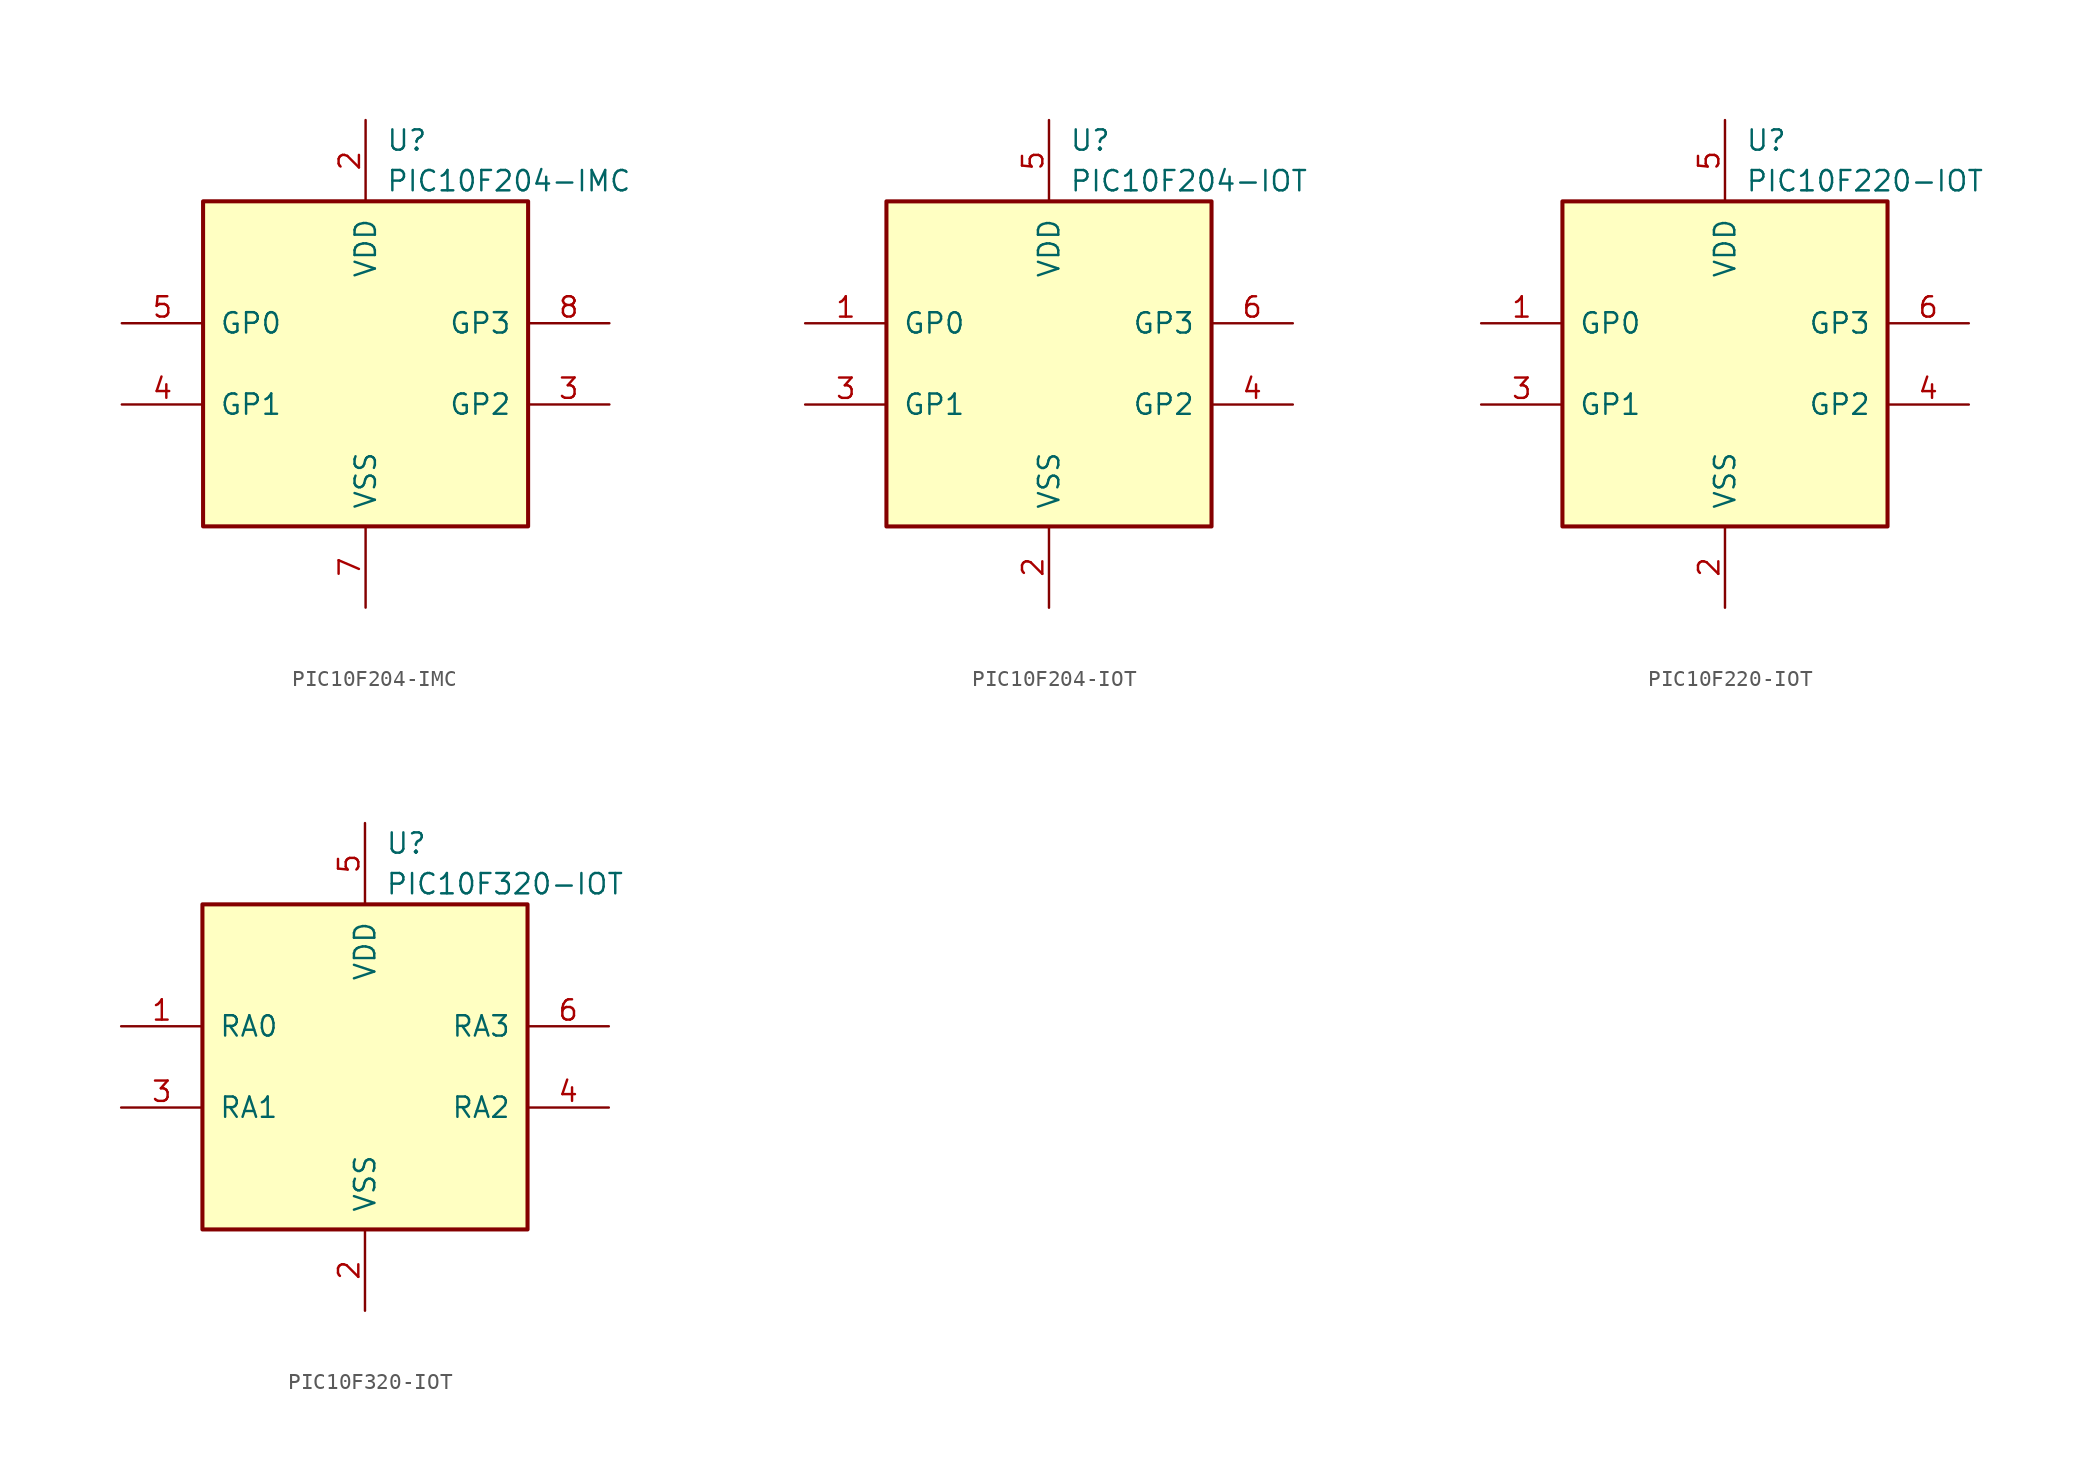
<source format=kicad_sym>
(kicad_symbol_lib
  (version 20220914)
  (generator kicad_symbol_editor)
  (symbol "PIC10F204-IMC"
    (pin_names
      (offset 1.016))
    (property "Reference" "U"
      (at 1.27 13.97 0)
      (effects (font (size 1.27 1.27)) (justify left)))
    (property "Value" "PIC10F204-IMC"
      (at 1.27 11.43 0)
      (effects (font (size 1.27 1.27)) (justify left)))
    (symbol "PIC10F204-IMC_0_1"
      (rectangle (start -10.16 10.16) (end 10.16 -10.16) (stroke (width 0.254) (type default)) (fill (type background))))
    (symbol "PIC10F204-IMC_1_1"
      (pin power_in line (at 0 15.24 270) (length 5.08) (name "VDD" (effects (font (size 1.27 1.27)))) (number "2" (effects (font (size 1.27 1.27)))))
      (pin bidirectional line (at 15.24 -2.54 180) (length 5.08) (name "GP2" (effects (font (size 1.27 1.27)))) (number "3" (effects (font (size 1.27 1.27)))))
      (pin bidirectional line (at -15.24 -2.54 0) (length 5.08) (name "GP1" (effects (font (size 1.27 1.27)))) (number "4" (effects (font (size 1.27 1.27)))))
      (pin bidirectional line (at -15.24 2.54 0) (length 5.08) (name "GP0" (effects (font (size 1.27 1.27)))) (number "5" (effects (font (size 1.27 1.27)))))
      (pin power_in line (at 0 -15.24 90) (length 5.08) (name "VSS" (effects (font (size 1.27 1.27)))) (number "7" (effects (font (size 1.27 1.27)))))
      (pin input line (at 15.24 2.54 180) (length 5.08) (name "GP3" (effects (font (size 1.27 1.27)))) (number "8" (effects (font (size 1.27 1.27)))))))
  (symbol "PIC10F204-IOT"
    (pin_names
      (offset 1.016))
    (property "Reference" "U"
      (at 1.27 13.97 0)
      (effects (font (size 1.27 1.27)) (justify left)))
    (property "Value" "PIC10F204-IOT"
      (at 1.27 11.43 0)
      (effects (font (size 1.27 1.27)) (justify left)))
    (symbol "PIC10F204-IOT_0_1"
      (rectangle (start -10.16 10.16) (end 10.16 -10.16) (stroke (width 0.254) (type default)) (fill (type background))))
    (symbol "PIC10F204-IOT_1_1"
      (pin bidirectional line (at -15.24 2.54 0) (length 5.08) (name "GP0" (effects (font (size 1.27 1.27)))) (number "1" (effects (font (size 1.27 1.27)))))
      (pin power_in line (at 0 -15.24 90) (length 5.08) (name "VSS" (effects (font (size 1.27 1.27)))) (number "2" (effects (font (size 1.27 1.27)))))
      (pin bidirectional line (at -15.24 -2.54 0) (length 5.08) (name "GP1" (effects (font (size 1.27 1.27)))) (number "3" (effects (font (size 1.27 1.27)))))
      (pin bidirectional line (at 15.24 -2.54 180) (length 5.08) (name "GP2" (effects (font (size 1.27 1.27)))) (number "4" (effects (font (size 1.27 1.27)))))
      (pin power_in line (at 0 15.24 270) (length 5.08) (name "VDD" (effects (font (size 1.27 1.27)))) (number "5" (effects (font (size 1.27 1.27)))))
      (pin input line (at 15.24 2.54 180) (length 5.08) (name "GP3" (effects (font (size 1.27 1.27)))) (number "6" (effects (font (size 1.27 1.27)))))))
  (symbol "PIC10F220-IOT"
    (pin_names
      (offset 1.016))
    (property "Reference" "U"
      (at 1.27 13.97 0)
      (effects (font (size 1.27 1.27)) (justify left)))
    (property "Value" "PIC10F220-IOT"
      (at 1.27 11.43 0)
      (effects (font (size 1.27 1.27)) (justify left)))
    (symbol "PIC10F220-IOT_0_1"
      (rectangle (start -10.16 10.16) (end 10.16 -10.16) (stroke (width 0.254) (type default)) (fill (type background))))
    (symbol "PIC10F220-IOT_1_1"
      (pin bidirectional line (at -15.24 2.54 0) (length 5.08) (name "GP0" (effects (font (size 1.27 1.27)))) (number "1" (effects (font (size 1.27 1.27)))))
      (pin power_in line (at 0 -15.24 90) (length 5.08) (name "VSS" (effects (font (size 1.27 1.27)))) (number "2" (effects (font (size 1.27 1.27)))))
      (pin bidirectional line (at -15.24 -2.54 0) (length 5.08) (name "GP1" (effects (font (size 1.27 1.27)))) (number "3" (effects (font (size 1.27 1.27)))))
      (pin bidirectional line (at 15.24 -2.54 180) (length 5.08) (name "GP2" (effects (font (size 1.27 1.27)))) (number "4" (effects (font (size 1.27 1.27)))))
      (pin power_in line (at 0 15.24 270) (length 5.08) (name "VDD" (effects (font (size 1.27 1.27)))) (number "5" (effects (font (size 1.27 1.27)))))
      (pin input line (at 15.24 2.54 180) (length 5.08) (name "GP3" (effects (font (size 1.27 1.27)))) (number "6" (effects (font (size 1.27 1.27)))))))
  (symbol "PIC10F320-IOT"
    (pin_names
      (offset 1.016))
    (property "Reference" "U"
      (at 1.27 13.97 0)
      (effects (font (size 1.27 1.27)) (justify left)))
    (property "Value" "PIC10F320-IOT"
      (at 1.27 11.43 0)
      (effects (font (size 1.27 1.27)) (justify left)))
    (symbol "PIC10F320-IOT_0_1"
      (rectangle (start -10.16 10.16) (end 10.16 -10.16) (stroke (width 0.254) (type default)) (fill (type background))))
    (symbol "PIC10F320-IOT_1_1"
      (pin bidirectional line (at -15.24 2.54 0) (length 5.08) (name "RA0" (effects (font (size 1.27 1.27)))) (number "1" (effects (font (size 1.27 1.27)))))
      (pin power_in line (at 0 -15.24 90) (length 5.08) (name "VSS" (effects (font (size 1.27 1.27)))) (number "2" (effects (font (size 1.27 1.27)))))
      (pin bidirectional line (at -15.24 -2.54 0) (length 5.08) (name "RA1" (effects (font (size 1.27 1.27)))) (number "3" (effects (font (size 1.27 1.27)))))
      (pin bidirectional line (at 15.24 -2.54 180) (length 5.08) (name "RA2" (effects (font (size 1.27 1.27)))) (number "4" (effects (font (size 1.27 1.27)))))
      (pin power_in line (at 0 15.24 270) (length 5.08) (name "VDD" (effects (font (size 1.27 1.27)))) (number "5" (effects (font (size 1.27 1.27)))))
      (pin input line (at 15.24 2.54 180) (length 5.08) (name "RA3" (effects (font (size 1.27 1.27)))) (number "6" (effects (font (size 1.27 1.27))))))))
</source>
